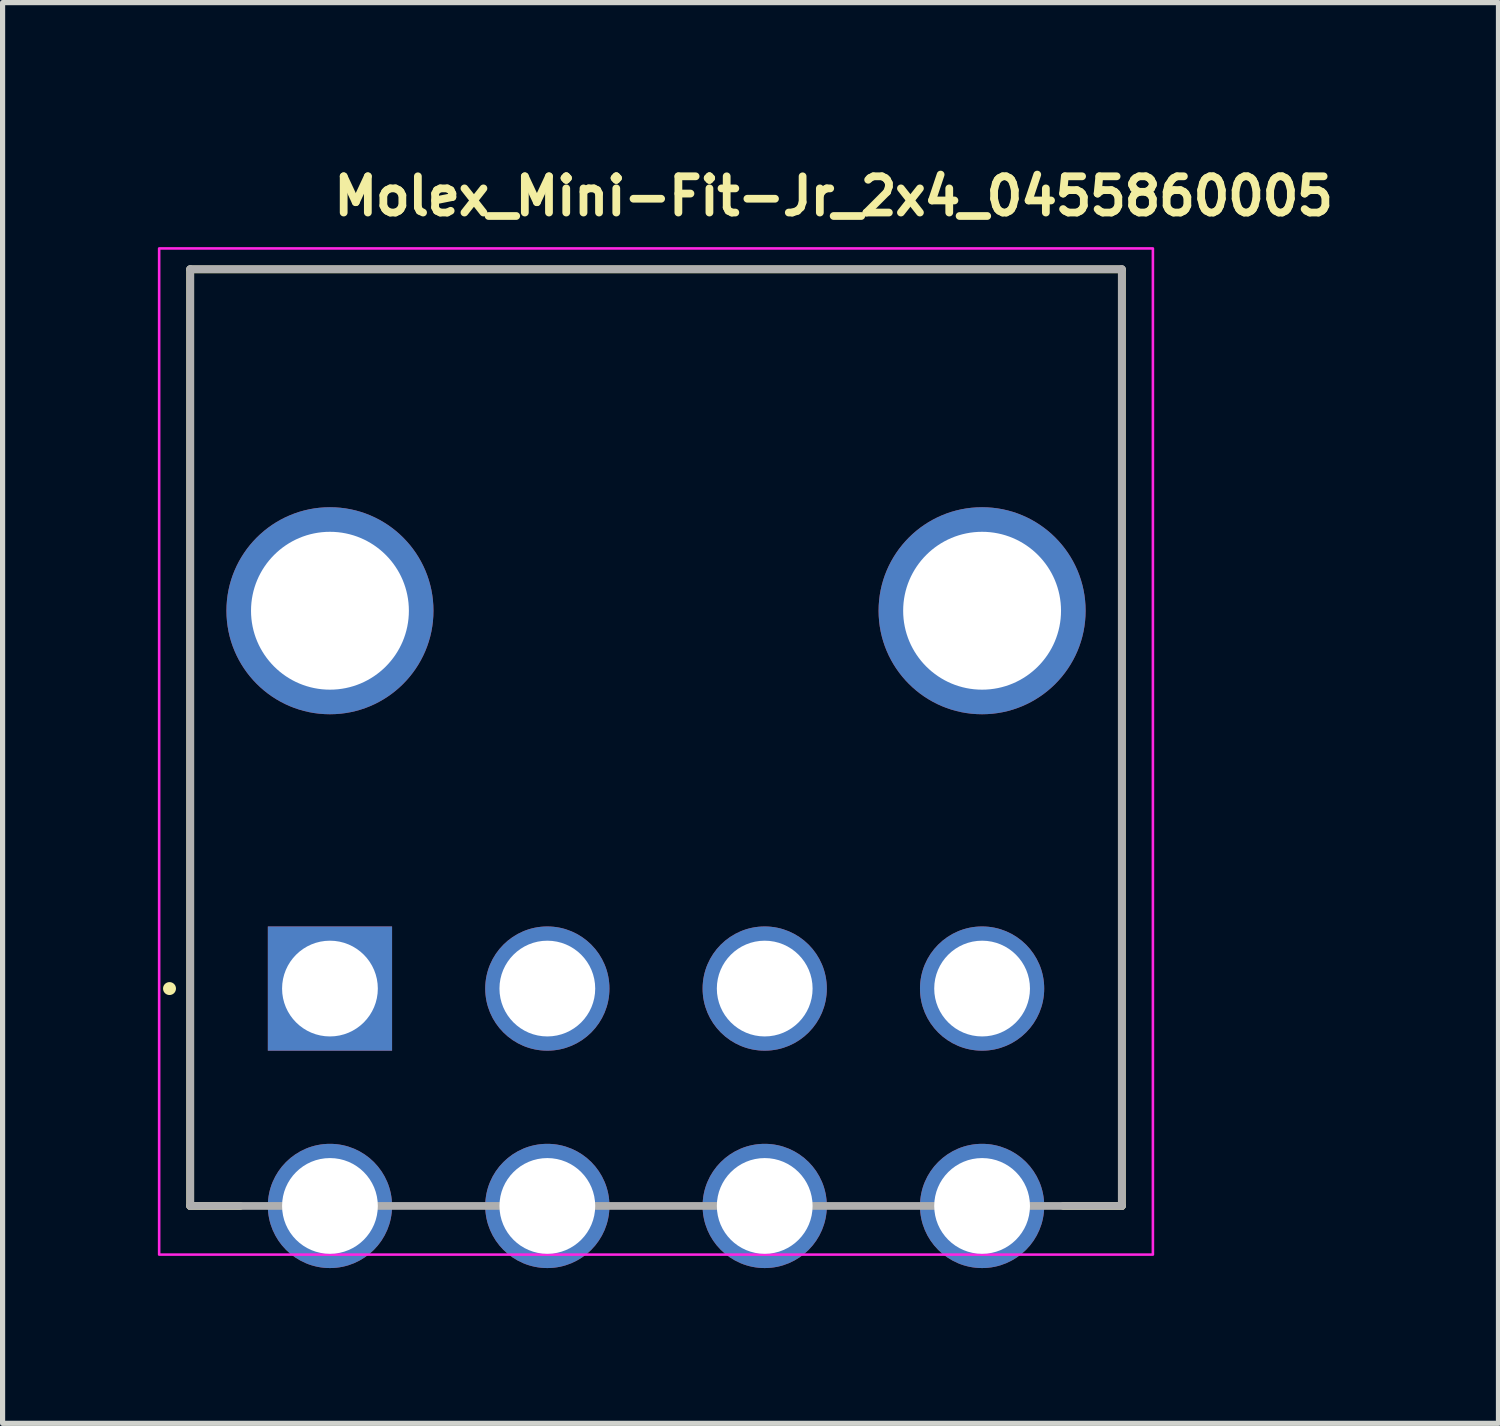
<source format=kicad_pcb>
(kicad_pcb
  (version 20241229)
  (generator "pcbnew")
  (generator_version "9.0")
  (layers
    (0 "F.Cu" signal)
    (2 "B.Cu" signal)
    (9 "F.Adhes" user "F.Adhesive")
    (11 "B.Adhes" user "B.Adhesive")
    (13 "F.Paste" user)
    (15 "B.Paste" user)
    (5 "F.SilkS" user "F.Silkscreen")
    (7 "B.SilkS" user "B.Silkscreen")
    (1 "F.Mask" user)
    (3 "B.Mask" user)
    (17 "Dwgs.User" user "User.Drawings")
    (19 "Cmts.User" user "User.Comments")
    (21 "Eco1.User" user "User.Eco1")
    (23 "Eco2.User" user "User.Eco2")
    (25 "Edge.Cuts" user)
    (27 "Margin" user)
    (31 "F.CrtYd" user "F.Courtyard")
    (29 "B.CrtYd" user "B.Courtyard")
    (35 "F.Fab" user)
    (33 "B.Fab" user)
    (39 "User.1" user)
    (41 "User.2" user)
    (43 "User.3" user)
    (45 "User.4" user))
  (footprint "Molex_Mini-Fit-Jr_2x4_0455860005"
    (layer "F.Cu")
    (at 3.325 16.05)
    (property "Reference" "Molex_Mini-Fit-Jr_2x4_0455860005" (at 0 -14.9 0) (unlocked yes) (layer "F.SilkS") (effects (font (size 0.7 0.7) (thickness 0.15)) (justify left bottom)))
    (attr through_hole)
    (fp_line (start -2.7 4.2) (end -2.7 -13.895) (stroke (width 0.15) (type solid)) (layer "F.SilkS"))
    (fp_line (start -1.735 4.2) (end -2.7 4.2) (stroke (width 0.15) (type solid)) (layer "F.SilkS"))
    (fp_line (start 15.3 -13.895) (end -2.7 -13.895) (stroke (width 0.15) (type solid)) (layer "F.SilkS"))
    (fp_line (start 15.3 4.2) (end 14.173 4.2) (stroke (width 0.15) (type solid)) (layer "F.SilkS"))
    (fp_line (start 15.3 4.2) (end 15.3 -13.884) (stroke (width 0.15) (type solid)) (layer "F.SilkS"))
    (fp_circle (center -3.1 0) (end -3.05 0) (stroke (width 0.15) (type solid)) (fill yes) (layer "F.SilkS"))
    (fp_rect (start -3.3 -14.3) (end 15.9 5.14) (stroke (width 0.05) (type solid)) (fill no) (layer "F.CrtYd"))
    (fp_line (start -2.7 4.2) (end -2.7 -13.9) (stroke (width 0.15) (type solid)) (layer "F.Fab"))
    (fp_line (start 15.3 -13.9) (end -2.7 -13.9) (stroke (width 0.15) (type solid)) (layer "F.Fab"))
    (fp_line (start 15.3 4.2) (end -2.7 4.2) (stroke (width 0.15) (type solid)) (layer "F.Fab"))
    (fp_line (start 15.3 4.2) (end 15.3 -13.9) (stroke (width 0.15) (type solid)) (layer "F.Fab"))
    (fp_rect (start -2.9 -13.895) (end 15.5 4.742) (stroke (width 0.1) (type solid)) (fill no) (layer "User.5"))
    (fp_line (start -2.9 -13.895) (end -2.783 -13.895) (stroke (width 0.02) (type solid)) (layer "User.9"))
    (fp_line (start -2.9 -7.295) (end -2.9 -13.895) (stroke (width 0.02) (type solid)) (layer "User.9"))
    (fp_line (start -2.9 -7.295) (end -2.9 -1.095) (stroke (width 0.02) (type solid)) (layer "User.9"))
    (fp_line (start -2.783 -13.895) (end -2.783 -13.895) (stroke (width 0.02) (type solid)) (layer "User.9"))
    (fp_line (start -2.783 -13.895) (end -2.5 -13.895) (stroke (width 0.02) (type solid)) (layer "User.9"))
    (fp_line (start -2.783 -7.295) (end -2.9 -7.295) (stroke (width 0.02) (type solid)) (layer "User.9"))
    (fp_line (start -2.783 -7.295) (end -2.783 -7.295) (stroke (width 0.02) (type solid)) (layer "User.9"))
    (fp_line (start -2.783 -1.095) (end -2.9 -1.095) (stroke (width 0.02) (type solid)) (layer "User.9"))
    (fp_line (start -2.783 -1.095) (end -2.783 -1.095) (stroke (width 0.02) (type solid)) (layer "User.9"))
    (fp_line (start -2.5 -13.895) (end -2.5 -1.095) (stroke (width 0.02) (type solid)) (layer "User.9"))
    (fp_line (start -2.5 -13.895) (end -2.383 -13.895) (stroke (width 0.02) (type solid)) (layer "User.9"))
    (fp_line (start -2.5 -7.295) (end -2.783 -7.295) (stroke (width 0.02) (type solid)) (layer "User.9"))
    (fp_line (start -2.5 -1.095) (end -2.783 -1.095) (stroke (width 0.02) (type solid)) (layer "User.9"))
    (fp_line (start -2.5 -1.095) (end -2.383 -1.095) (stroke (width 0.02) (type solid)) (layer "User.9"))
    (fp_line (start -2.383 -13.895) (end -2.383 -13.895) (stroke (width 0.02) (type solid)) (layer "User.9"))
    (fp_line (start -2.383 -13.895) (end -2.1 -13.895) (stroke (width 0.02) (type solid)) (layer "User.9"))
    (fp_line (start -2.383 -1.095) (end -2.383 -1.095) (stroke (width 0.02) (type solid)) (layer "User.9"))
    (fp_line (start -2.383 -1.095) (end -2.1 -1.095) (stroke (width 0.02) (type solid)) (layer "User.9"))
    (fp_line (start -2.1 -13.895) (end 2.7 -13.895) (stroke (width 0.02) (type solid)) (layer "User.9"))
    (fp_line (start -2.1 -1.095) (end 10.5 -1.095) (stroke (width 0.02) (type solid)) (layer "User.9"))
    (fp_line (start -0.335 2.722) (end -0.335 -1.095) (stroke (width 0.02) (type solid)) (layer "User.9"))
    (fp_line (start -0.335 3.172) (end -0.335 2.722) (stroke (width 0.02) (type solid)) (layer "User.9"))
    (fp_line (start -0.335 3.172) (end -0.335 3.172) (stroke (width 0.02) (type solid)) (layer "User.9"))
    (fp_line (start -0.335 3.389) (end -0.335 3.172) (stroke (width 0.02) (type solid)) (layer "User.9"))
    (fp_line (start -0.335 3.389) (end -0.335 3.389) (stroke (width 0.02) (type solid)) (layer "User.9"))
    (fp_line (start -0.335 3.599) (end -0.335 3.389) (stroke (width 0.02) (type solid)) (layer "User.9"))
    (fp_line (start -0.335 3.599) (end -0.335 3.599) (stroke (width 0.02) (type solid)) (layer "User.9"))
    (fp_line (start -0.335 3.797) (end -0.335 3.599) (stroke (width 0.02) (type solid)) (layer "User.9"))
    (fp_line (start -0.335 3.797) (end -0.335 3.797) (stroke (width 0.02) (type solid)) (layer "User.9"))
    (fp_line (start -0.335 3.982) (end -0.335 3.797) (stroke (width 0.02) (type solid)) (layer "User.9"))
    (fp_line (start -0.335 3.982) (end -0.335 3.982) (stroke (width 0.02) (type solid)) (layer "User.9"))
    (fp_line (start -0.335 4.151) (end -0.335 3.982) (stroke (width 0.02) (type solid)) (layer "User.9"))
    (fp_line (start -0.335 4.151) (end -0.335 4.151) (stroke (width 0.02) (type solid)) (layer "User.9"))
    (fp_line (start -0.335 4.302) (end -0.335 4.151) (stroke (width 0.02) (type solid)) (layer "User.9"))
    (fp_line (start -0.335 4.302) (end -0.335 4.302) (stroke (width 0.02) (type solid)) (layer "User.9"))
    (fp_line (start -0.335 4.433) (end -0.335 4.302) (stroke (width 0.02) (type solid)) (layer "User.9"))
    (fp_line (start -0.335 4.433) (end -0.335 4.433) (stroke (width 0.02) (type solid)) (layer "User.9"))
    (fp_line (start -0.335 4.542) (end -0.335 4.433) (stroke (width 0.02) (type solid)) (layer "User.9"))
    (fp_line (start -0.335 4.542) (end -0.335 4.542) (stroke (width 0.02) (type solid)) (layer "User.9"))
    (fp_line (start -0.335 4.629) (end -0.335 4.542) (stroke (width 0.02) (type solid)) (layer "User.9"))
    (fp_line (start -0.335 4.629) (end -0.335 4.629) (stroke (width 0.02) (type solid)) (layer "User.9"))
    (fp_line (start -0.335 4.692) (end -0.335 4.629) (stroke (width 0.02) (type solid)) (layer "User.9"))
    (fp_line (start -0.335 4.692) (end -0.335 4.692) (stroke (width 0.02) (type solid)) (layer "User.9"))
    (fp_line (start -0.335 4.73) (end -0.335 4.692) (stroke (width 0.02) (type solid)) (layer "User.9"))
    (fp_line (start -0.335 4.73) (end -0.335 4.73) (stroke (width 0.02) (type solid)) (layer "User.9"))
    (fp_line (start -0.335 4.742) (end -0.335 4.73) (stroke (width 0.02) (type solid)) (layer "User.9"))
    (fp_line (start 0.735 2.722) (end 0.735 -1.095) (stroke (width 0.02) (type solid)) (layer "User.9"))
    (fp_line (start 0.735 3.172) (end 0.735 2.722) (stroke (width 0.02) (type solid)) (layer "User.9"))
    (fp_line (start 0.735 3.172) (end 0.735 3.172) (stroke (width 0.02) (type solid)) (layer "User.9"))
    (fp_line (start 0.735 3.389) (end 0.735 3.172) (stroke (width 0.02) (type solid)) (layer "User.9"))
    (fp_line (start 0.735 3.389) (end 0.735 3.389) (stroke (width 0.02) (type solid)) (layer "User.9"))
    (fp_line (start 0.735 3.599) (end 0.735 3.389) (stroke (width 0.02) (type solid)) (layer "User.9"))
    (fp_line (start 0.735 3.599) (end 0.735 3.599) (stroke (width 0.02) (type solid)) (layer "User.9"))
    (fp_line (start 0.735 3.797) (end 0.735 3.599) (stroke (width 0.02) (type solid)) (layer "User.9"))
    (fp_line (start 0.735 3.797) (end 0.735 3.797) (stroke (width 0.02) (type solid)) (layer "User.9"))
    (fp_line (start 0.735 3.982) (end 0.735 3.797) (stroke (width 0.02) (type solid)) (layer "User.9"))
    (fp_line (start 0.735 3.982) (end 0.735 3.982) (stroke (width 0.02) (type solid)) (layer "User.9"))
    (fp_line (start 0.735 4.151) (end 0.735 3.982) (stroke (width 0.02) (type solid)) (layer "User.9"))
    (fp_line (start 0.735 4.151) (end 0.735 4.151) (stroke (width 0.02) (type solid)) (layer "User.9"))
    (fp_line (start 0.735 4.302) (end 0.735 4.151) (stroke (width 0.02) (type solid)) (layer "User.9"))
    (fp_line (start 0.735 4.302) (end 0.735 4.302) (stroke (width 0.02) (type solid)) (layer "User.9"))
    (fp_line (start 0.735 4.433) (end 0.735 4.302) (stroke (width 0.02) (type solid)) (layer "User.9"))
    (fp_line (start 0.735 4.433) (end 0.735 4.433) (stroke (width 0.02) (type solid)) (layer "User.9"))
    (fp_line (start 0.735 4.542) (end 0.735 4.433) (stroke (width 0.02) (type solid)) (layer "User.9"))
    (fp_line (start 0.735 4.542) (end 0.735 4.542) (stroke (width 0.02) (type solid)) (layer "User.9"))
    (fp_line (start 0.735 4.629) (end 0.735 4.542) (stroke (width 0.02) (type solid)) (layer "User.9"))
    (fp_line (start 0.735 4.629) (end 0.735 4.629) (stroke (width 0.02) (type solid)) (layer "User.9"))
    (fp_line (start 0.735 4.692) (end 0.735 4.629) (stroke (width 0.02) (type solid)) (layer "User.9"))
    (fp_line (start 0.735 4.692) (end 0.735 4.692) (stroke (width 0.02) (type solid)) (layer "User.9"))
    (fp_line (start 0.735 4.73) (end 0.735 4.692) (stroke (width 0.02) (type solid)) (layer "User.9"))
    (fp_line (start 0.735 4.73) (end 0.735 4.73) (stroke (width 0.02) (type solid)) (layer "User.9"))
    (fp_line (start 0.735 4.742) (end -0.335 4.742) (stroke (width 0.02) (type solid)) (layer "User.9"))
    (fp_line (start 0.735 4.742) (end 0.735 4.73) (stroke (width 0.02) (type solid)) (layer "User.9"))
    (fp_line (start 2.7 -11.545) (end 2.7 -13.895) (stroke (width 0.02) (type solid)) (layer "User.9"))
    (fp_line (start 2.7 -10.722) (end 2.7 -11.545) (stroke (width 0.02) (type solid)) (layer "User.9"))
    (fp_line (start 3.865 2.722) (end 3.865 -1.095) (stroke (width 0.02) (type solid)) (layer "User.9"))
    (fp_line (start 3.865 3.172) (end 3.865 2.722) (stroke (width 0.02) (type solid)) (layer "User.9"))
    (fp_line (start 3.865 3.172) (end 3.865 3.172) (stroke (width 0.02) (type solid)) (layer "User.9"))
    (fp_line (start 3.865 3.389) (end 3.865 3.172) (stroke (width 0.02) (type solid)) (layer "User.9"))
    (fp_line (start 3.865 3.389) (end 3.865 3.389) (stroke (width 0.02) (type solid)) (layer "User.9"))
    (fp_line (start 3.865 3.599) (end 3.865 3.389) (stroke (width 0.02) (type solid)) (layer "User.9"))
    (fp_line (start 3.865 3.599) (end 3.865 3.599) (stroke (width 0.02) (type solid)) (layer "User.9"))
    (fp_line (start 3.865 3.797) (end 3.865 3.599) (stroke (width 0.02) (type solid)) (layer "User.9"))
    (fp_line (start 3.865 3.797) (end 3.865 3.797) (stroke (width 0.02) (type solid)) (layer "User.9"))
    (fp_line (start 3.865 3.982) (end 3.865 3.797) (stroke (width 0.02) (type solid)) (layer "User.9"))
    (fp_line (start 3.865 3.982) (end 3.865 3.982) (stroke (width 0.02) (type solid)) (layer "User.9"))
    (fp_line (start 3.865 4.151) (end 3.865 3.982) (stroke (width 0.02) (type solid)) (layer "User.9"))
    (fp_line (start 3.865 4.151) (end 3.865 4.151) (stroke (width 0.02) (type solid)) (layer "User.9"))
    (fp_line (start 3.865 4.302) (end 3.865 4.151) (stroke (width 0.02) (type solid)) (layer "User.9"))
    (fp_line (start 3.865 4.302) (end 3.865 4.302) (stroke (width 0.02) (type solid)) (layer "User.9"))
    (fp_line (start 3.865 4.433) (end 3.865 4.302) (stroke (width 0.02) (type solid)) (layer "User.9"))
    (fp_line (start 3.865 4.433) (end 3.865 4.433) (stroke (width 0.02) (type solid)) (layer "User.9"))
    (fp_line (start 3.865 4.542) (end 3.865 4.433) (stroke (width 0.02) (type solid)) (layer "User.9"))
    (fp_line (start 3.865 4.542) (end 3.865 4.542) (stroke (width 0.02) (type solid)) (layer "User.9"))
    (fp_line (start 3.865 4.629) (end 3.865 4.542) (stroke (width 0.02) (type solid)) (layer "User.9"))
    (fp_line (start 3.865 4.629) (end 3.865 4.629) (stroke (width 0.02) (type solid)) (layer "User.9"))
    (fp_line (start 3.865 4.692) (end 3.865 4.629) (stroke (width 0.02) (type solid)) (layer "User.9"))
    (fp_line (start 3.865 4.692) (end 3.865 4.692) (stroke (width 0.02) (type solid)) (layer "User.9"))
    (fp_line (start 3.865 4.73) (end 3.865 4.692) (stroke (width 0.02) (type solid)) (layer "User.9"))
    (fp_line (start 3.865 4.73) (end 3.865 4.73) (stroke (width 0.02) (type solid)) (layer "User.9"))
    (fp_line (start 3.865 4.742) (end 3.865 4.73) (stroke (width 0.02) (type solid)) (layer "User.9"))
    (fp_line (start 4.935 2.722) (end 4.935 -1.095) (stroke (width 0.02) (type solid)) (layer "User.9"))
    (fp_line (start 4.935 3.172) (end 4.935 2.722) (stroke (width 0.02) (type solid)) (layer "User.9"))
    (fp_line (start 4.935 3.172) (end 4.935 3.172) (stroke (width 0.02) (type solid)) (layer "User.9"))
    (fp_line (start 4.935 3.389) (end 4.935 3.172) (stroke (width 0.02) (type solid)) (layer "User.9"))
    (fp_line (start 4.935 3.389) (end 4.935 3.389) (stroke (width 0.02) (type solid)) (layer "User.9"))
    (fp_line (start 4.935 3.599) (end 4.935 3.389) (stroke (width 0.02) (type solid)) (layer "User.9"))
    (fp_line (start 4.935 3.599) (end 4.935 3.599) (stroke (width 0.02) (type solid)) (layer "User.9"))
    (fp_line (start 4.935 3.797) (end 4.935 3.599) (stroke (width 0.02) (type solid)) (layer "User.9"))
    (fp_line (start 4.935 3.797) (end 4.935 3.797) (stroke (width 0.02) (type solid)) (layer "User.9"))
    (fp_line (start 4.935 3.982) (end 4.935 3.797) (stroke (width 0.02) (type solid)) (layer "User.9"))
    (fp_line (start 4.935 3.982) (end 4.935 3.982) (stroke (width 0.02) (type solid)) (layer "User.9"))
    (fp_line (start 4.935 4.151) (end 4.935 3.982) (stroke (width 0.02) (type solid)) (layer "User.9"))
    (fp_line (start 4.935 4.151) (end 4.935 4.151) (stroke (width 0.02) (type solid)) (layer "User.9"))
    (fp_line (start 4.935 4.302) (end 4.935 4.151) (stroke (width 0.02) (type solid)) (layer "User.9"))
    (fp_line (start 4.935 4.302) (end 4.935 4.302) (stroke (width 0.02) (type solid)) (layer "User.9"))
    (fp_line (start 4.935 4.433) (end 4.935 4.302) (stroke (width 0.02) (type solid)) (layer "User.9"))
    (fp_line (start 4.935 4.433) (end 4.935 4.433) (stroke (width 0.02) (type solid)) (layer "User.9"))
    (fp_line (start 4.935 4.542) (end 4.935 4.433) (stroke (width 0.02) (type solid)) (layer "User.9"))
    (fp_line (start 4.935 4.542) (end 4.935 4.542) (stroke (width 0.02) (type solid)) (layer "User.9"))
    (fp_line (start 4.935 4.629) (end 4.935 4.542) (stroke (width 0.02) (type solid)) (layer "User.9"))
    (fp_line (start 4.935 4.629) (end 4.935 4.629) (stroke (width 0.02) (type solid)) (layer "User.9"))
    (fp_line (start 4.935 4.692) (end 4.935 4.629) (stroke (width 0.02) (type solid)) (layer "User.9"))
    (fp_line (start 4.935 4.692) (end 4.935 4.692) (stroke (width 0.02) (type solid)) (layer "User.9"))
    (fp_line (start 4.935 4.73) (end 4.935 4.692) (stroke (width 0.02) (type solid)) (layer "User.9"))
    (fp_line (start 4.935 4.73) (end 4.935 4.73) (stroke (width 0.02) (type solid)) (layer "User.9"))
    (fp_line (start 4.935 4.742) (end 3.865 4.742) (stroke (width 0.02) (type solid)) (layer "User.9"))
    (fp_line (start 4.935 4.742) (end 4.935 4.73) (stroke (width 0.02) (type solid)) (layer "User.9"))
    (fp_line (start 8.065 2.722) (end 8.065 -1.095) (stroke (width 0.02) (type solid)) (layer "User.9"))
    (fp_line (start 8.065 3.172) (end 8.065 2.722) (stroke (width 0.02) (type solid)) (layer "User.9"))
    (fp_line (start 8.065 3.172) (end 8.065 3.172) (stroke (width 0.02) (type solid)) (layer "User.9"))
    (fp_line (start 8.065 3.389) (end 8.065 3.172) (stroke (width 0.02) (type solid)) (layer "User.9"))
    (fp_line (start 8.065 3.389) (end 8.065 3.389) (stroke (width 0.02) (type solid)) (layer "User.9"))
    (fp_line (start 8.065 3.599) (end 8.065 3.389) (stroke (width 0.02) (type solid)) (layer "User.9"))
    (fp_line (start 8.065 3.599) (end 8.065 3.599) (stroke (width 0.02) (type solid)) (layer "User.9"))
    (fp_line (start 8.065 3.797) (end 8.065 3.599) (stroke (width 0.02) (type solid)) (layer "User.9"))
    (fp_line (start 8.065 3.797) (end 8.065 3.797) (stroke (width 0.02) (type solid)) (layer "User.9"))
    (fp_line (start 8.065 3.982) (end 8.065 3.797) (stroke (width 0.02) (type solid)) (layer "User.9"))
    (fp_line (start 8.065 3.982) (end 8.065 3.982) (stroke (width 0.02) (type solid)) (layer "User.9"))
    (fp_line (start 8.065 4.151) (end 8.065 3.982) (stroke (width 0.02) (type solid)) (layer "User.9"))
    (fp_line (start 8.065 4.151) (end 8.065 4.151) (stroke (width 0.02) (type solid)) (layer "User.9"))
    (fp_line (start 8.065 4.302) (end 8.065 4.151) (stroke (width 0.02) (type solid)) (layer "User.9"))
    (fp_line (start 8.065 4.302) (end 8.065 4.302) (stroke (width 0.02) (type solid)) (layer "User.9"))
    (fp_line (start 8.065 4.433) (end 8.065 4.302) (stroke (width 0.02) (type solid)) (layer "User.9"))
    (fp_line (start 8.065 4.433) (end 8.065 4.433) (stroke (width 0.02) (type solid)) (layer "User.9"))
    (fp_line (start 8.065 4.542) (end 8.065 4.433) (stroke (width 0.02) (type solid)) (layer "User.9"))
    (fp_line (start 8.065 4.542) (end 8.065 4.542) (stroke (width 0.02) (type solid)) (layer "User.9"))
    (fp_line (start 8.065 4.629) (end 8.065 4.542) (stroke (width 0.02) (type solid)) (layer "User.9"))
    (fp_line (start 8.065 4.629) (end 8.065 4.629) (stroke (width 0.02) (type solid)) (layer "User.9"))
    (fp_line (start 8.065 4.692) (end 8.065 4.629) (stroke (width 0.02) (type solid)) (layer "User.9"))
    (fp_line (start 8.065 4.692) (end 8.065 4.692) (stroke (width 0.02) (type solid)) (layer "User.9"))
    (fp_line (start 8.065 4.73) (end 8.065 4.692) (stroke (width 0.02) (type solid)) (layer "User.9"))
    (fp_line (start 8.065 4.73) (end 8.065 4.73) (stroke (width 0.02) (type solid)) (layer "User.9"))
    (fp_line (start 8.065 4.742) (end 8.065 4.73) (stroke (width 0.02) (type solid)) (layer "User.9"))
    (fp_line (start 9.135 2.722) (end 9.135 -1.095) (stroke (width 0.02) (type solid)) (layer "User.9"))
    (fp_line (start 9.135 3.172) (end 9.135 2.722) (stroke (width 0.02) (type solid)) (layer "User.9"))
    (fp_line (start 9.135 3.172) (end 9.135 3.172) (stroke (width 0.02) (type solid)) (layer "User.9"))
    (fp_line (start 9.135 3.389) (end 9.135 3.172) (stroke (width 0.02) (type solid)) (layer "User.9"))
    (fp_line (start 9.135 3.389) (end 9.135 3.389) (stroke (width 0.02) (type solid)) (layer "User.9"))
    (fp_line (start 9.135 3.599) (end 9.135 3.389) (stroke (width 0.02) (type solid)) (layer "User.9"))
    (fp_line (start 9.135 3.599) (end 9.135 3.599) (stroke (width 0.02) (type solid)) (layer "User.9"))
    (fp_line (start 9.135 3.797) (end 9.135 3.599) (stroke (width 0.02) (type solid)) (layer "User.9"))
    (fp_line (start 9.135 3.797) (end 9.135 3.797) (stroke (width 0.02) (type solid)) (layer "User.9"))
    (fp_line (start 9.135 3.982) (end 9.135 3.797) (stroke (width 0.02) (type solid)) (layer "User.9"))
    (fp_line (start 9.135 3.982) (end 9.135 3.982) (stroke (width 0.02) (type solid)) (layer "User.9"))
    (fp_line (start 9.135 4.151) (end 9.135 3.982) (stroke (width 0.02) (type solid)) (layer "User.9"))
    (fp_line (start 9.135 4.151) (end 9.135 4.151) (stroke (width 0.02) (type solid)) (layer "User.9"))
    (fp_line (start 9.135 4.302) (end 9.135 4.151) (stroke (width 0.02) (type solid)) (layer "User.9"))
    (fp_line (start 9.135 4.302) (end 9.135 4.302) (stroke (width 0.02) (type solid)) (layer "User.9"))
    (fp_line (start 9.135 4.433) (end 9.135 4.302) (stroke (width 0.02) (type solid)) (layer "User.9"))
    (fp_line (start 9.135 4.433) (end 9.135 4.433) (stroke (width 0.02) (type solid)) (layer "User.9"))
    (fp_line (start 9.135 4.542) (end 9.135 4.433) (stroke (width 0.02) (type solid)) (layer "User.9"))
    (fp_line (start 9.135 4.542) (end 9.135 4.542) (stroke (width 0.02) (type solid)) (layer "User.9"))
    (fp_line (start 9.135 4.629) (end 9.135 4.542) (stroke (width 0.02) (type solid)) (layer "User.9"))
    (fp_line (start 9.135 4.629) (end 9.135 4.629) (stroke (width 0.02) (type solid)) (layer "User.9"))
    (fp_line (start 9.135 4.692) (end 9.135 4.629) (stroke (width 0.02) (type solid)) (layer "User.9"))
    (fp_line (start 9.135 4.692) (end 9.135 4.692) (stroke (width 0.02) (type solid)) (layer "User.9"))
    (fp_line (start 9.135 4.73) (end 9.135 4.692) (stroke (width 0.02) (type solid)) (layer "User.9"))
    (fp_line (start 9.135 4.73) (end 9.135 4.73) (stroke (width 0.02) (type solid)) (layer "User.9"))
    (fp_line (start 9.135 4.742) (end 8.065 4.742) (stroke (width 0.02) (type solid)) (layer "User.9"))
    (fp_line (start 9.135 4.742) (end 9.135 4.73) (stroke (width 0.02) (type solid)) (layer "User.9"))
    (fp_line (start 10.3 -13.895) (end 2.7 -13.895) (stroke (width 0.02) (type solid)) (layer "User.9"))
    (fp_line (start 10.3 -13.895) (end 10.5 -13.895) (stroke (width 0.02) (type solid)) (layer "User.9"))
    (fp_line (start 10.3 -11.545) (end 2.7 -11.545) (stroke (width 0.02) (type solid)) (layer "User.9"))
    (fp_line (start 10.3 -11.545) (end 10.3 -13.895) (stroke (width 0.02) (type solid)) (layer "User.9"))
    (fp_line (start 10.3 -10.722) (end 2.7 -10.722) (stroke (width 0.02) (type solid)) (layer "User.9"))
    (fp_line (start 10.3 -10.722) (end 10.3 -11.545) (stroke (width 0.02) (type solid)) (layer "User.9"))
    (fp_line (start 10.5 -13.895) (end 10.505 -13.895) (stroke (width 0.02) (type solid)) (layer "User.9"))
    (fp_line (start 10.5 -1.095) (end 10.5 -13.895) (stroke (width 0.02) (type solid)) (layer "User.9"))
    (fp_line (start 10.5 -1.095) (end 10.505 -1.095) (stroke (width 0.02) (type solid)) (layer "User.9"))
    (fp_line (start 10.505 -13.895) (end 10.505 -13.895) (stroke (width 0.02) (type solid)) (layer "User.9"))
    (fp_line (start 10.505 -13.895) (end 10.52 -13.895) (stroke (width 0.02) (type solid)) (layer "User.9"))
    (fp_line (start 10.505 -1.095) (end 10.505 -1.095) (stroke (width 0.02) (type solid)) (layer "User.9"))
    (fp_line (start 10.505 -1.095) (end 10.52 -1.095) (stroke (width 0.02) (type solid)) (layer "User.9"))
    (fp_line (start 10.52 -13.895) (end 10.52 -13.895) (stroke (width 0.02) (type solid)) (layer "User.9"))
    (fp_line (start 10.52 -13.895) (end 10.544 -13.895) (stroke (width 0.02) (type solid)) (layer "User.9"))
    (fp_line (start 10.52 -1.095) (end 10.52 -1.095) (stroke (width 0.02) (type solid)) (layer "User.9"))
    (fp_line (start 10.52 -1.095) (end 10.544 -1.095) (stroke (width 0.02) (type solid)) (layer "User.9"))
    (fp_line (start 10.544 -13.895) (end 10.544 -13.895) (stroke (width 0.02) (type solid)) (layer "User.9"))
    (fp_line (start 10.544 -13.895) (end 10.613 -13.895) (stroke (width 0.02) (type solid)) (layer "User.9"))
    (fp_line (start 10.544 -1.095) (end 10.544 -1.095) (stroke (width 0.02) (type solid)) (layer "User.9"))
    (fp_line (start 10.544 -1.095) (end 10.613 -1.095) (stroke (width 0.02) (type solid)) (layer "User.9"))
    (fp_line (start 10.613 -13.895) (end 10.613 -13.895) (stroke (width 0.02) (type solid)) (layer "User.9"))
    (fp_line (start 10.613 -13.895) (end 10.7 -13.895) (stroke (width 0.02) (type solid)) (layer "User.9"))
    (fp_line (start 10.613 -1.095) (end 10.613 -1.095) (stroke (width 0.02) (type solid)) (layer "User.9"))
    (fp_line (start 10.613 -1.095) (end 10.7 -1.095) (stroke (width 0.02) (type solid)) (layer "User.9"))
    (fp_line (start 10.7 -13.895) (end 10.7 -13.895) (stroke (width 0.02) (type solid)) (layer "User.9"))
    (fp_line (start 10.7 -13.895) (end 10.825 -13.895) (stroke (width 0.02) (type solid)) (layer "User.9"))
    (fp_line (start 10.7 -1.095) (end 10.7 -1.095) (stroke (width 0.02) (type solid)) (layer "User.9"))
    (fp_line (start 10.7 -1.095) (end 10.825 -1.095) (stroke (width 0.02) (type solid)) (layer "User.9"))
    (fp_line (start 10.825 -13.895) (end 10.825 -13.895) (stroke (width 0.02) (type solid)) (layer "User.9"))
    (fp_line (start 10.825 -13.895) (end 10.88 -13.895) (stroke (width 0.02) (type solid)) (layer "User.9"))
    (fp_line (start 10.825 -1.095) (end 10.825 -1.095) (stroke (width 0.02) (type solid)) (layer "User.9"))
    (fp_line (start 10.825 -1.095) (end 10.88 -1.095) (stroke (width 0.02) (type solid)) (layer "User.9"))
    (fp_line (start 10.88 -13.895) (end 10.88 -13.895) (stroke (width 0.02) (type solid)) (layer "User.9"))
    (fp_line (start 10.88 -13.895) (end 10.895 -13.895) (stroke (width 0.02) (type solid)) (layer "User.9"))
    (fp_line (start 10.88 -1.095) (end 10.88 -1.095) (stroke (width 0.02) (type solid)) (layer "User.9"))
    (fp_line (start 10.88 -1.095) (end 10.895 -1.095) (stroke (width 0.02) (type solid)) (layer "User.9"))
    (fp_line (start 10.895 -13.895) (end 10.895 -13.895) (stroke (width 0.02) (type solid)) (layer "User.9"))
    (fp_line (start 10.895 -13.895) (end 10.9 -13.895) (stroke (width 0.02) (type solid)) (layer "User.9"))
    (fp_line (start 10.895 -1.095) (end 10.895 -1.095) (stroke (width 0.02) (type solid)) (layer "User.9"))
    (fp_line (start 10.895 -1.095) (end 10.9 -1.095) (stroke (width 0.02) (type solid)) (layer "User.9"))
    (fp_line (start 10.9 -13.895) (end 15.1 -13.895) (stroke (width 0.02) (type solid)) (layer "User.9"))
    (fp_line (start 10.9 -1.095) (end 10.9 -13.895) (stroke (width 0.02) (type solid)) (layer "User.9"))
    (fp_line (start 10.9 -1.095) (end 15.1 -1.095) (stroke (width 0.02) (type solid)) (layer "User.9"))
    (fp_line (start 12.265 2.722) (end 12.265 -1.095) (stroke (width 0.02) (type solid)) (layer "User.9"))
    (fp_line (start 12.265 3.172) (end 12.265 2.722) (stroke (width 0.02) (type solid)) (layer "User.9"))
    (fp_line (start 12.265 3.172) (end 12.265 3.172) (stroke (width 0.02) (type solid)) (layer "User.9"))
    (fp_line (start 12.265 3.389) (end 12.265 3.172) (stroke (width 0.02) (type solid)) (layer "User.9"))
    (fp_line (start 12.265 3.389) (end 12.265 3.389) (stroke (width 0.02) (type solid)) (layer "User.9"))
    (fp_line (start 12.265 3.599) (end 12.265 3.389) (stroke (width 0.02) (type solid)) (layer "User.9"))
    (fp_line (start 12.265 3.599) (end 12.265 3.599) (stroke (width 0.02) (type solid)) (layer "User.9"))
    (fp_line (start 12.265 3.797) (end 12.265 3.599) (stroke (width 0.02) (type solid)) (layer "User.9"))
    (fp_line (start 12.265 3.797) (end 12.265 3.797) (stroke (width 0.02) (type solid)) (layer "User.9"))
    (fp_line (start 12.265 3.982) (end 12.265 3.797) (stroke (width 0.02) (type solid)) (layer "User.9"))
    (fp_line (start 12.265 3.982) (end 12.265 3.982) (stroke (width 0.02) (type solid)) (layer "User.9"))
    (fp_line (start 12.265 4.151) (end 12.265 3.982) (stroke (width 0.02) (type solid)) (layer "User.9"))
    (fp_line (start 12.265 4.151) (end 12.265 4.151) (stroke (width 0.02) (type solid)) (layer "User.9"))
    (fp_line (start 12.265 4.302) (end 12.265 4.151) (stroke (width 0.02) (type solid)) (layer "User.9"))
    (fp_line (start 12.265 4.302) (end 12.265 4.302) (stroke (width 0.02) (type solid)) (layer "User.9"))
    (fp_line (start 12.265 4.433) (end 12.265 4.302) (stroke (width 0.02) (type solid)) (layer "User.9"))
    (fp_line (start 12.265 4.433) (end 12.265 4.433) (stroke (width 0.02) (type solid)) (layer "User.9"))
    (fp_line (start 12.265 4.542) (end 12.265 4.433) (stroke (width 0.02) (type solid)) (layer "User.9"))
    (fp_line (start 12.265 4.542) (end 12.265 4.542) (stroke (width 0.02) (type solid)) (layer "User.9"))
    (fp_line (start 12.265 4.629) (end 12.265 4.542) (stroke (width 0.02) (type solid)) (layer "User.9"))
    (fp_line (start 12.265 4.629) (end 12.265 4.629) (stroke (width 0.02) (type solid)) (layer "User.9"))
    (fp_line (start 12.265 4.692) (end 12.265 4.629) (stroke (width 0.02) (type solid)) (layer "User.9"))
    (fp_line (start 12.265 4.692) (end 12.265 4.692) (stroke (width 0.02) (type solid)) (layer "User.9"))
    (fp_line (start 12.265 4.73) (end 12.265 4.692) (stroke (width 0.02) (type solid)) (layer "User.9"))
    (fp_line (start 12.265 4.73) (end 12.265 4.73) (stroke (width 0.02) (type solid)) (layer "User.9"))
    (fp_line (start 12.265 4.742) (end 12.265 4.73) (stroke (width 0.02) (type solid)) (layer "User.9"))
    (fp_line (start 13.335 2.722) (end 13.335 -1.095) (stroke (width 0.02) (type solid)) (layer "User.9"))
    (fp_line (start 13.335 3.172) (end 13.335 2.722) (stroke (width 0.02) (type solid)) (layer "User.9"))
    (fp_line (start 13.335 3.172) (end 13.335 3.172) (stroke (width 0.02) (type solid)) (layer "User.9"))
    (fp_line (start 13.335 3.389) (end 13.335 3.172) (stroke (width 0.02) (type solid)) (layer "User.9"))
    (fp_line (start 13.335 3.389) (end 13.335 3.389) (stroke (width 0.02) (type solid)) (layer "User.9"))
    (fp_line (start 13.335 3.599) (end 13.335 3.389) (stroke (width 0.02) (type solid)) (layer "User.9"))
    (fp_line (start 13.335 3.599) (end 13.335 3.599) (stroke (width 0.02) (type solid)) (layer "User.9"))
    (fp_line (start 13.335 3.797) (end 13.335 3.599) (stroke (width 0.02) (type solid)) (layer "User.9"))
    (fp_line (start 13.335 3.797) (end 13.335 3.797) (stroke (width 0.02) (type solid)) (layer "User.9"))
    (fp_line (start 13.335 3.982) (end 13.335 3.797) (stroke (width 0.02) (type solid)) (layer "User.9"))
    (fp_line (start 13.335 3.982) (end 13.335 3.982) (stroke (width 0.02) (type solid)) (layer "User.9"))
    (fp_line (start 13.335 4.151) (end 13.335 3.982) (stroke (width 0.02) (type solid)) (layer "User.9"))
    (fp_line (start 13.335 4.151) (end 13.335 4.151) (stroke (width 0.02) (type solid)) (layer "User.9"))
    (fp_line (start 13.335 4.302) (end 13.335 4.151) (stroke (width 0.02) (type solid)) (layer "User.9"))
    (fp_line (start 13.335 4.302) (end 13.335 4.302) (stroke (width 0.02) (type solid)) (layer "User.9"))
    (fp_line (start 13.335 4.433) (end 13.335 4.302) (stroke (width 0.02) (type solid)) (layer "User.9"))
    (fp_line (start 13.335 4.433) (end 13.335 4.433) (stroke (width 0.02) (type solid)) (layer "User.9"))
    (fp_line (start 13.335 4.542) (end 13.335 4.433) (stroke (width 0.02) (type solid)) (layer "User.9"))
    (fp_line (start 13.335 4.542) (end 13.335 4.542) (stroke (width 0.02) (type solid)) (layer "User.9"))
    (fp_line (start 13.335 4.629) (end 13.335 4.542) (stroke (width 0.02) (type solid)) (layer "User.9"))
    (fp_line (start 13.335 4.629) (end 13.335 4.629) (stroke (width 0.02) (type solid)) (layer "User.9"))
    (fp_line (start 13.335 4.692) (end 13.335 4.629) (stroke (width 0.02) (type solid)) (layer "User.9"))
    (fp_line (start 13.335 4.692) (end 13.335 4.692) (stroke (width 0.02) (type solid)) (layer "User.9"))
    (fp_line (start 13.335 4.73) (end 13.335 4.692) (stroke (width 0.02) (type solid)) (layer "User.9"))
    (fp_line (start 13.335 4.73) (end 13.335 4.73) (stroke (width 0.02) (type solid)) (layer "User.9"))
    (fp_line (start 13.335 4.742) (end 12.265 4.742) (stroke (width 0.02) (type solid)) (layer "User.9"))
    (fp_line (start 13.335 4.742) (end 13.335 4.73) (stroke (width 0.02) (type solid)) (layer "User.9"))
    (fp_line (start 15.1 -13.895) (end 15.383 -13.895) (stroke (width 0.02) (type solid)) (layer "User.9"))
    (fp_line (start 15.1 -1.095) (end 15.383 -1.095) (stroke (width 0.02) (type solid)) (layer "User.9"))
    (fp_line (start 15.383 -13.895) (end 15.383 -13.895) (stroke (width 0.02) (type solid)) (layer "User.9"))
    (fp_line (start 15.383 -13.895) (end 15.5 -13.895) (stroke (width 0.02) (type solid)) (layer "User.9"))
    (fp_line (start 15.383 -1.095) (end 15.383 -1.095) (stroke (width 0.02) (type solid)) (layer "User.9"))
    (fp_line (start 15.383 -1.095) (end 15.5 -1.095) (stroke (width 0.02) (type solid)) (layer "User.9"))
    (fp_line (start 15.5 -13.895) (end 15.5 -1.095) (stroke (width 0.02) (type solid)) (layer "User.9"))
    (pad "1" thru_hole rect (at 0 0 180) (size 2.4 2.4) (drill 1.85) (layers "*.Cu" "*.Mask"))
    (pad "2" thru_hole circle (at 4.2 0 180) (size 2.4 2.4) (drill 1.85) (layers "*.Cu" "*.Mask"))
    (pad "3" thru_hole circle (at 8.4 0 180) (size 2.4 2.4) (drill 1.85) (layers "*.Cu" "*.Mask"))
    (pad "4" thru_hole circle (at 12.6 0 180) (size 2.4 2.4) (drill 1.85) (layers "*.Cu" "*.Mask"))
    (pad "5" thru_hole circle (at 0 4.2 180) (size 2.4 2.4) (drill 1.85) (layers "*.Cu" "*.Mask"))
    (pad "6" thru_hole circle (at 4.2 4.2 180) (size 2.4 2.4) (drill 1.85) (layers "*.Cu" "*.Mask"))
    (pad "7" thru_hole circle (at 8.4 4.2 180) (size 2.4 2.4) (drill 1.85) (layers "*.Cu" "*.Mask"))
    (pad "8" thru_hole circle (at 12.6 4.2 180) (size 2.4 2.4) (drill 1.85) (layers "*.Cu" "*.Mask"))
    (pad "MH" thru_hole circle (at 0 -7.3 180) (size 4 4) (drill 3.05) (layers "*.Cu" "*.Mask"))
    (pad "MH" thru_hole circle (at 12.6 -7.3 180) (size 4 4) (drill 3.05) (layers "*.Cu" "*.Mask")))
  (gr_rect
    (start -3 -3)
    (end 25.902 24.45)
    (stroke (width 0.1) (type default))
    (fill no)
    (layer "Edge.Cuts")))
</source>
